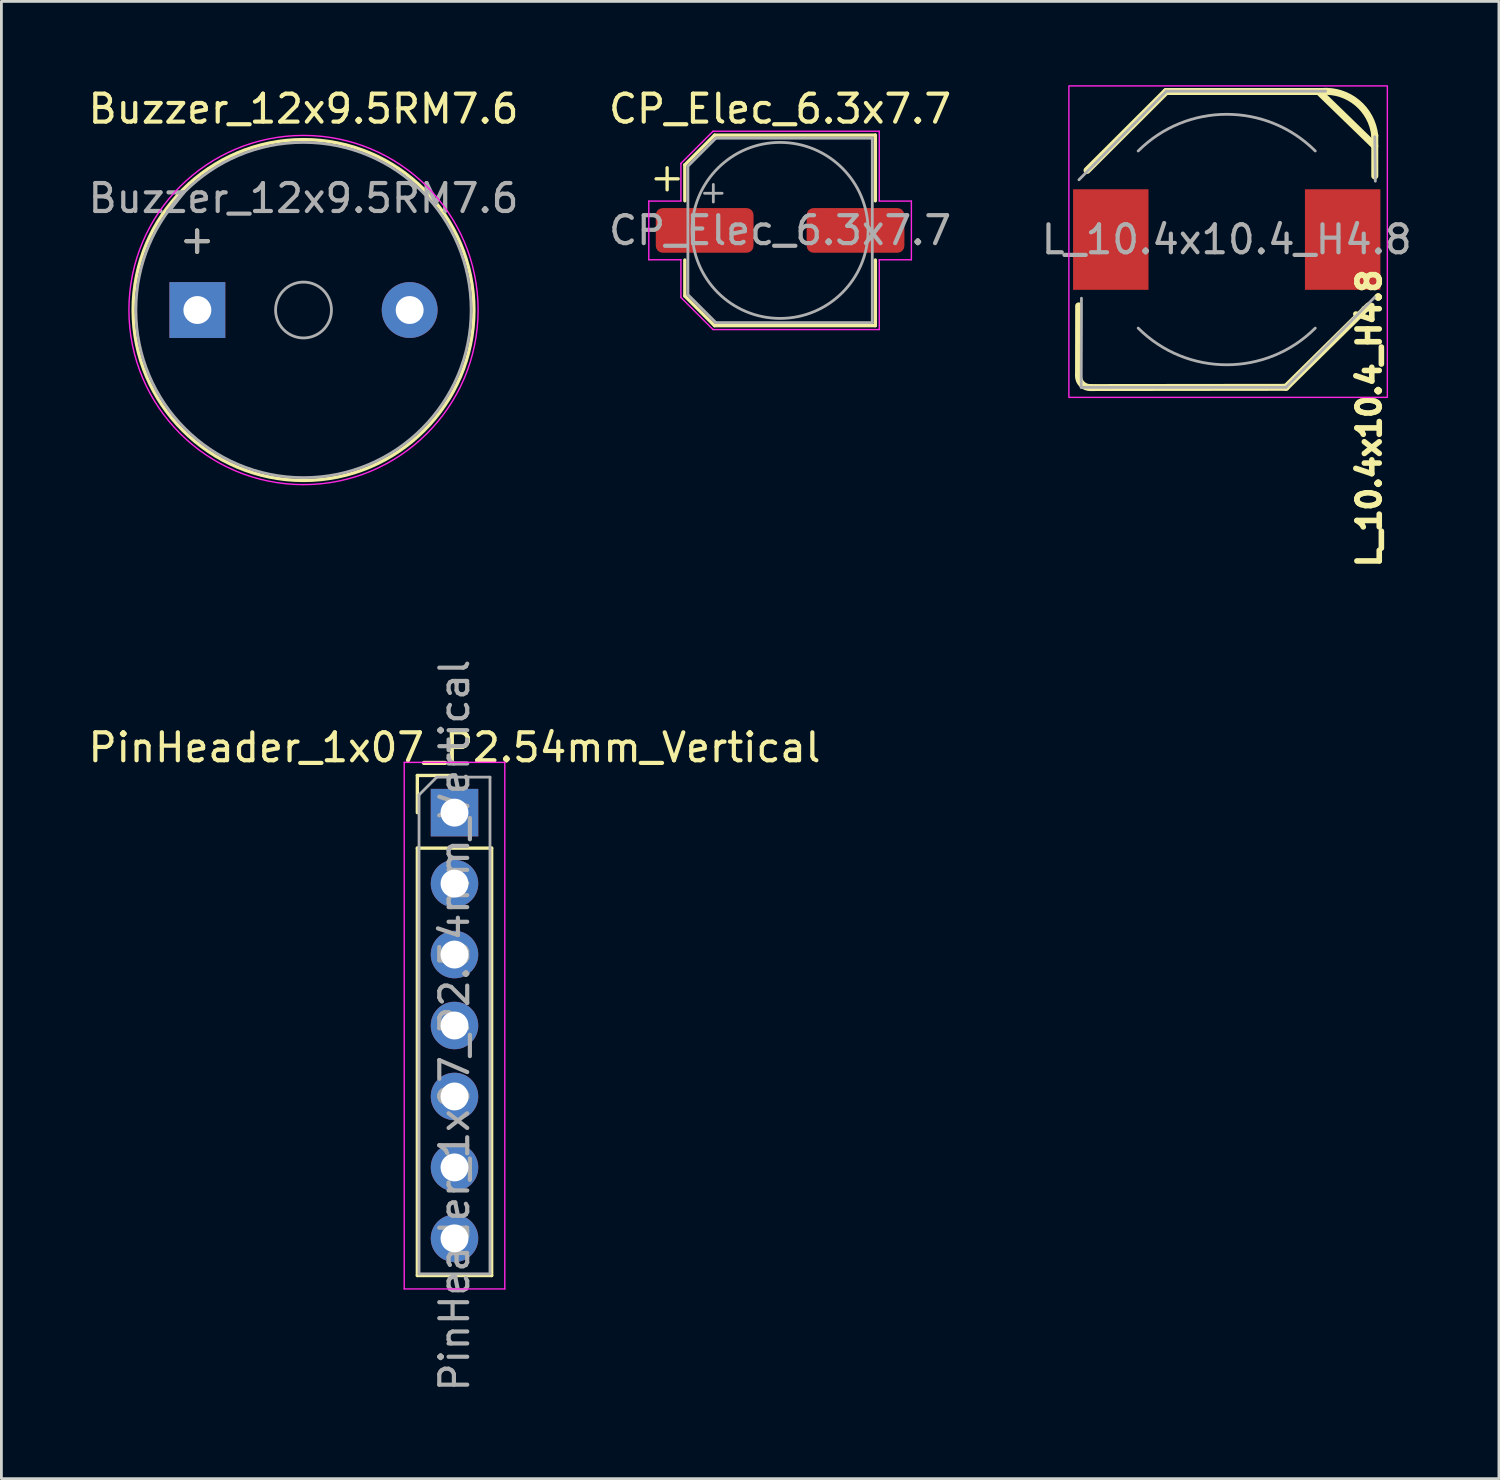
<source format=kicad_pcb>
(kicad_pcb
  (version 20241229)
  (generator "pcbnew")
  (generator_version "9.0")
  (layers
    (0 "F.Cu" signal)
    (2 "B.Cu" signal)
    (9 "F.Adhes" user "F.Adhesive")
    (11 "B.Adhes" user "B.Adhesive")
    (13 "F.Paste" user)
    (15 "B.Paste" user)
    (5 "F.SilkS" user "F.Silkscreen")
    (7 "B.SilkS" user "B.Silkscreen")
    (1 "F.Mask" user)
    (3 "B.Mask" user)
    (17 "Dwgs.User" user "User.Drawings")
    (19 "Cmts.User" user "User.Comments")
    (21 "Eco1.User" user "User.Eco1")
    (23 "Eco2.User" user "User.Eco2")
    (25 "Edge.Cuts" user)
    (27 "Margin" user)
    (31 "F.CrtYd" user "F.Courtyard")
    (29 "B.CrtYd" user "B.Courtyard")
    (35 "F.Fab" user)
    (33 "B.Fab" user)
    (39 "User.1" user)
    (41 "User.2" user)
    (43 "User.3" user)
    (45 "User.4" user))
  (footprint "Buzzer_12x9.5RM7.6"
    (layer "F.Cu")
    (at 4.015 8.048)
    (property "Reference" "Buzzer_12x9.5RM7.6" (at 3.8 -7.2 0) (layer "F.SilkS") (effects (font (size 1 1) (thickness 0.15))))
    (attr through_hole)
    (fp_circle (center 3.8 0) (end 9.9 0) (stroke (width 0.12) (type solid)) (fill no) (layer "F.SilkS"))
    (fp_circle (center 3.8 0) (end 10.05 0) (stroke (width 0.05) (type solid)) (fill no) (layer "F.CrtYd"))
    (fp_circle (center 3.8 0) (end 4.8 0) (stroke (width 0.1) (type solid)) (fill no) (layer "F.Fab"))
    (fp_circle (center 3.8 0) (end 9.8 0) (stroke (width 0.1) (type solid)) (fill no) (layer "F.Fab"))
    (fp_text user "+" (at -0.01 -2.54 0) (layer "F.SilkS") (effects (font (size 1 1) (thickness 0.15))))
    (fp_text user "${REFERENCE}" (at 3.8 -4 0) (layer "F.Fab") (effects (font (size 1 1) (thickness 0.15))))
    (fp_text user "+" (at -0.01 -2.54 0) (layer "F.Fab") (effects (font (size 1 1) (thickness 0.15))))
    (pad "1" thru_hole rect (at 0 0) (size 2 2) (drill 1) (layers "*.Cu" "*.Mask"))
    (pad "2" thru_hole circle (at 7.6 0) (size 2 2) (drill 1) (layers "*.Cu" "*.Mask")))
  (footprint "PinHeader_1x07_P2.54mm_Vertical"
    (layer "F.Cu")
    (at 13.22 26.04)
    (property "Reference" "PinHeader_1x07_P2.54mm_Vertical" (at 0 -2.33 0) (layer "F.SilkS") (effects (font (size 1 1) (thickness 0.15))))
    (attr through_hole)
    (fp_line (start -1.33 -1.33) (end 0 -1.33) (stroke (width 0.12) (type solid)) (layer "F.SilkS"))
    (fp_line (start -1.33 0) (end -1.33 -1.33) (stroke (width 0.12) (type solid)) (layer "F.SilkS"))
    (fp_line (start -1.33 1.27) (end -1.33 16.57) (stroke (width 0.12) (type solid)) (layer "F.SilkS"))
    (fp_line (start -1.33 1.27) (end 1.33 1.27) (stroke (width 0.12) (type solid)) (layer "F.SilkS"))
    (fp_line (start -1.33 16.57) (end 1.33 16.57) (stroke (width 0.12) (type solid)) (layer "F.SilkS"))
    (fp_line (start 1.33 1.27) (end 1.33 16.57) (stroke (width 0.12) (type solid)) (layer "F.SilkS"))
    (fp_line (start -1.8 -1.8) (end -1.8 17.05) (stroke (width 0.05) (type solid)) (layer "F.CrtYd"))
    (fp_line (start -1.8 17.05) (end 1.8 17.05) (stroke (width 0.05) (type solid)) (layer "F.CrtYd"))
    (fp_line (start 1.8 -1.8) (end -1.8 -1.8) (stroke (width 0.05) (type solid)) (layer "F.CrtYd"))
    (fp_line (start 1.8 17.05) (end 1.8 -1.8) (stroke (width 0.05) (type solid)) (layer "F.CrtYd"))
    (fp_line (start -1.27 -0.635) (end -0.635 -1.27) (stroke (width 0.1) (type solid)) (layer "F.Fab"))
    (fp_line (start -1.27 16.51) (end -1.27 -0.635) (stroke (width 0.1) (type solid)) (layer "F.Fab"))
    (fp_line (start -0.635 -1.27) (end 1.27 -1.27) (stroke (width 0.1) (type solid)) (layer "F.Fab"))
    (fp_line (start 1.27 -1.27) (end 1.27 16.51) (stroke (width 0.1) (type solid)) (layer "F.Fab"))
    (fp_line (start 1.27 16.51) (end -1.27 16.51) (stroke (width 0.1) (type solid)) (layer "F.Fab"))
    (fp_text user "${REFERENCE}" (at 0 7.62 90) (layer "F.Fab") (effects (font (size 1 1) (thickness 0.15))))
    (pad "1" thru_hole rect (at 0 0) (size 1.7 1.7) (drill 1) (layers "*.Cu" "*.Mask"))
    (pad "2" thru_hole oval (at 0 2.54) (size 1.7 1.7) (drill 1) (layers "*.Cu" "*.Mask"))
    (pad "3" thru_hole oval (at 0 5.08) (size 1.7 1.7) (drill 1) (layers "*.Cu" "*.Mask"))
    (pad "4" thru_hole oval (at 0 7.62) (size 1.7 1.7) (drill 1) (layers "*.Cu" "*.Mask"))
    (pad "5" thru_hole oval (at 0 10.16) (size 1.7 1.7) (drill 1) (layers "*.Cu" "*.Mask"))
    (pad "6" thru_hole oval (at 0 12.7) (size 1.7 1.7) (drill 1) (layers "*.Cu" "*.Mask"))
    (pad "7" thru_hole oval (at 0 15.24) (size 1.7 1.7) (drill 1) (layers "*.Cu" "*.Mask")))
  (footprint "CP_Elec_6.3x7.7"
    (layer "F.Cu")
    (at 24.875 5.198)
    (property "Reference" "CP_Elec_6.3x7.7" (at 0 -4.35 0) (layer "F.SilkS") (effects (font (size 1 1) (thickness 0.15))))
    (attr smd)
    (fp_line (start -4.438 -1.847) (end -3.65 -1.847) (stroke (width 0.12) (type solid)) (layer "F.SilkS"))
    (fp_line (start -4.044 -2.241) (end -4.044 -1.454) (stroke (width 0.12) (type solid)) (layer "F.SilkS"))
    (fp_line (start -3.41 -2.346) (end -3.41 -1.06) (stroke (width 0.12) (type solid)) (layer "F.SilkS"))
    (fp_line (start -3.41 -2.346) (end -2.346 -3.41) (stroke (width 0.12) (type solid)) (layer "F.SilkS"))
    (fp_line (start -3.41 2.346) (end -3.41 1.06) (stroke (width 0.12) (type solid)) (layer "F.SilkS"))
    (fp_line (start -3.41 2.346) (end -2.346 3.41) (stroke (width 0.12) (type solid)) (layer "F.SilkS"))
    (fp_line (start -2.346 -3.41) (end 3.41 -3.41) (stroke (width 0.12) (type solid)) (layer "F.SilkS"))
    (fp_line (start -2.346 3.41) (end 3.41 3.41) (stroke (width 0.12) (type solid)) (layer "F.SilkS"))
    (fp_line (start 3.41 -3.41) (end 3.41 -1.06) (stroke (width 0.12) (type solid)) (layer "F.SilkS"))
    (fp_line (start 3.41 3.41) (end 3.41 1.06) (stroke (width 0.12) (type solid)) (layer "F.SilkS"))
    (fp_line (start -4.7 -1.05) (end -4.7 1.05) (stroke (width 0.05) (type solid)) (layer "F.CrtYd"))
    (fp_line (start -4.7 1.05) (end -3.55 1.05) (stroke (width 0.05) (type solid)) (layer "F.CrtYd"))
    (fp_line (start -3.55 -2.4) (end -3.55 -1.05) (stroke (width 0.05) (type solid)) (layer "F.CrtYd"))
    (fp_line (start -3.55 -2.4) (end -2.4 -3.55) (stroke (width 0.05) (type solid)) (layer "F.CrtYd"))
    (fp_line (start -3.55 -1.05) (end -4.7 -1.05) (stroke (width 0.05) (type solid)) (layer "F.CrtYd"))
    (fp_line (start -3.55 1.05) (end -3.55 2.4) (stroke (width 0.05) (type solid)) (layer "F.CrtYd"))
    (fp_line (start -3.55 2.4) (end -2.4 3.55) (stroke (width 0.05) (type solid)) (layer "F.CrtYd"))
    (fp_line (start -2.4 -3.55) (end 3.55 -3.55) (stroke (width 0.05) (type solid)) (layer "F.CrtYd"))
    (fp_line (start -2.4 3.55) (end 3.55 3.55) (stroke (width 0.05) (type solid)) (layer "F.CrtYd"))
    (fp_line (start 3.55 -3.55) (end 3.55 -1.05) (stroke (width 0.05) (type solid)) (layer "F.CrtYd"))
    (fp_line (start 3.55 -1.05) (end 4.7 -1.05) (stroke (width 0.05) (type solid)) (layer "F.CrtYd"))
    (fp_line (start 3.55 1.05) (end 3.55 3.55) (stroke (width 0.05) (type solid)) (layer "F.CrtYd"))
    (fp_line (start 4.7 -1.05) (end 4.7 1.05) (stroke (width 0.05) (type solid)) (layer "F.CrtYd"))
    (fp_line (start 4.7 1.05) (end 3.55 1.05) (stroke (width 0.05) (type solid)) (layer "F.CrtYd"))
    (fp_line (start -3.3 -2.3) (end -3.3 2.3) (stroke (width 0.1) (type solid)) (layer "F.Fab"))
    (fp_line (start -3.3 -2.3) (end -2.3 -3.3) (stroke (width 0.1) (type solid)) (layer "F.Fab"))
    (fp_line (start -3.3 2.3) (end -2.3 3.3) (stroke (width 0.1) (type solid)) (layer "F.Fab"))
    (fp_line (start -2.705 -1.33) (end -2.075 -1.33) (stroke (width 0.1) (type solid)) (layer "F.Fab"))
    (fp_line (start -2.39 -1.645) (end -2.39 -1.015) (stroke (width 0.1) (type solid)) (layer "F.Fab"))
    (fp_line (start -2.3 -3.3) (end 3.3 -3.3) (stroke (width 0.1) (type solid)) (layer "F.Fab"))
    (fp_line (start -2.3 3.3) (end 3.3 3.3) (stroke (width 0.1) (type solid)) (layer "F.Fab"))
    (fp_line (start 3.3 -3.3) (end 3.3 3.3) (stroke (width 0.1) (type solid)) (layer "F.Fab"))
    (fp_circle (center 0 0) (end 3.15 0) (stroke (width 0.1) (type solid)) (fill no) (layer "F.Fab"))
    (fp_text user "${REFERENCE}" (at 0 0 0) (layer "F.Fab") (effects (font (size 1 1) (thickness 0.15))))
    (pad "1" smd roundrect (at -2.7 0) (size 3.5 1.6) (layers "F.Cu" "F.Mask" "F.Paste") (roundrect_rratio 0.156))
    (pad "2" smd roundrect (at 2.7 0) (size 3.5 1.6) (layers "F.Cu" "F.Mask" "F.Paste") (roundrect_rratio 0.156)))
  (footprint "L_10.4x10.4_H4.8"
    (layer "F.Cu")
    (at 40.863 5.525)
    (property "Reference" "L_10.4x10.4_H4.8" (at 5.1 6.4 270) (layer "F.SilkS") (effects (font (size 0.8 0.8) (thickness 0.2) (bold yes))))
    (attr smd)
    (fp_line (start -5.304 4.858) (end -5.3 2.375) (stroke (width 0.25) (type solid)) (layer "F.SilkS"))
    (fp_line (start -5 -2.475) (end -2.17 -5.3) (stroke (width 0.25) (type solid)) (layer "F.SilkS"))
    (fp_line (start -2.17 -5.3) (end 3.4 -5.3) (stroke (width 0.25) (type solid)) (layer "F.SilkS"))
    (fp_line (start 2.12 5.29) (end -4.884 5.298) (stroke (width 0.25) (type solid)) (layer "F.SilkS"))
    (fp_line (start 5.075 2.375) (end 2.12 5.29) (stroke (width 0.25) (type solid)) (layer "F.SilkS"))
    (fp_line (start 5.3 -3.72) (end 5.3 -2.275) (stroke (width 0.25) (type solid)) (layer "F.SilkS"))
    (fp_line (start 5.3 -3.35) (end 3.29 -5.3) (stroke (width 0.25) (type solid)) (layer "F.SilkS"))
    (fp_arc (start -4.883987 5.298352) (mid -5.189988 5.16999) (end -5.303987 4.858352) (stroke (width 0.25) (type solid)) (layer "F.SilkS"))
    (fp_arc (start 3.4 -5.3) (mid 4.671185 -4.896237) (end 5.3 -3.72) (stroke (width 0.25) (type solid)) (layer "F.SilkS"))
    (fp_rect (start -5.65 -5.5) (end 5.75 5.65) (stroke (width 0.05) (type solid)) (fill no) (layer "F.CrtYd"))
    (fp_line (start -5.21 5.29) (end -5.2 2.1) (stroke (width 0.1) (type solid)) (layer "F.Fab"))
    (fp_line (start -5.21 5.29) (end 2.12 5.29) (stroke (width 0.1) (type solid)) (layer "F.Fab"))
    (fp_line (start -2.16 -5.31) (end -5.29 -2.14) (stroke (width 0.1) (type solid)) (layer "F.Fab"))
    (fp_line (start -2.16 -5.31) (end 3.54 -5.31) (stroke (width 0.1) (type solid)) (layer "F.Fab"))
    (fp_line (start 2.12 5.29) (end 5.29 2.07) (stroke (width 0.1) (type solid)) (layer "F.Fab"))
    (fp_line (start 5.3 -3.68) (end 5.32 -2.09) (stroke (width 0.1) (type solid)) (layer "F.Fab"))
    (fp_arc (start -3.17 -3.17) (mid 0 -4.483057) (end 3.17 -3.17) (stroke (width 0.1) (type solid)) (layer "F.Fab"))
    (fp_arc (start 3.17 3.17) (mid 0 4.483057) (end -3.17 3.17) (stroke (width 0.1) (type solid)) (layer "F.Fab"))
    (fp_text user "${REFERENCE}" (at 0 0 180) (layer "F.Fab") (effects (font (size 1 1) (thickness 0.15))))
    (pad "1" smd rect (at -4.15 0) (size 2.7 3.6) (layers "F.Cu" "F.Mask" "F.Paste"))
    (pad "2" smd rect (at 4.15 0) (size 2.7 3.6) (layers "F.Cu" "F.Mask" "F.Paste")))
  (gr_rect
    (start -3 -3)
    (end 50.607 49.881)
    (stroke (width 0.1) (type default))
    (fill no)
    (layer "Edge.Cuts")))
</source>
